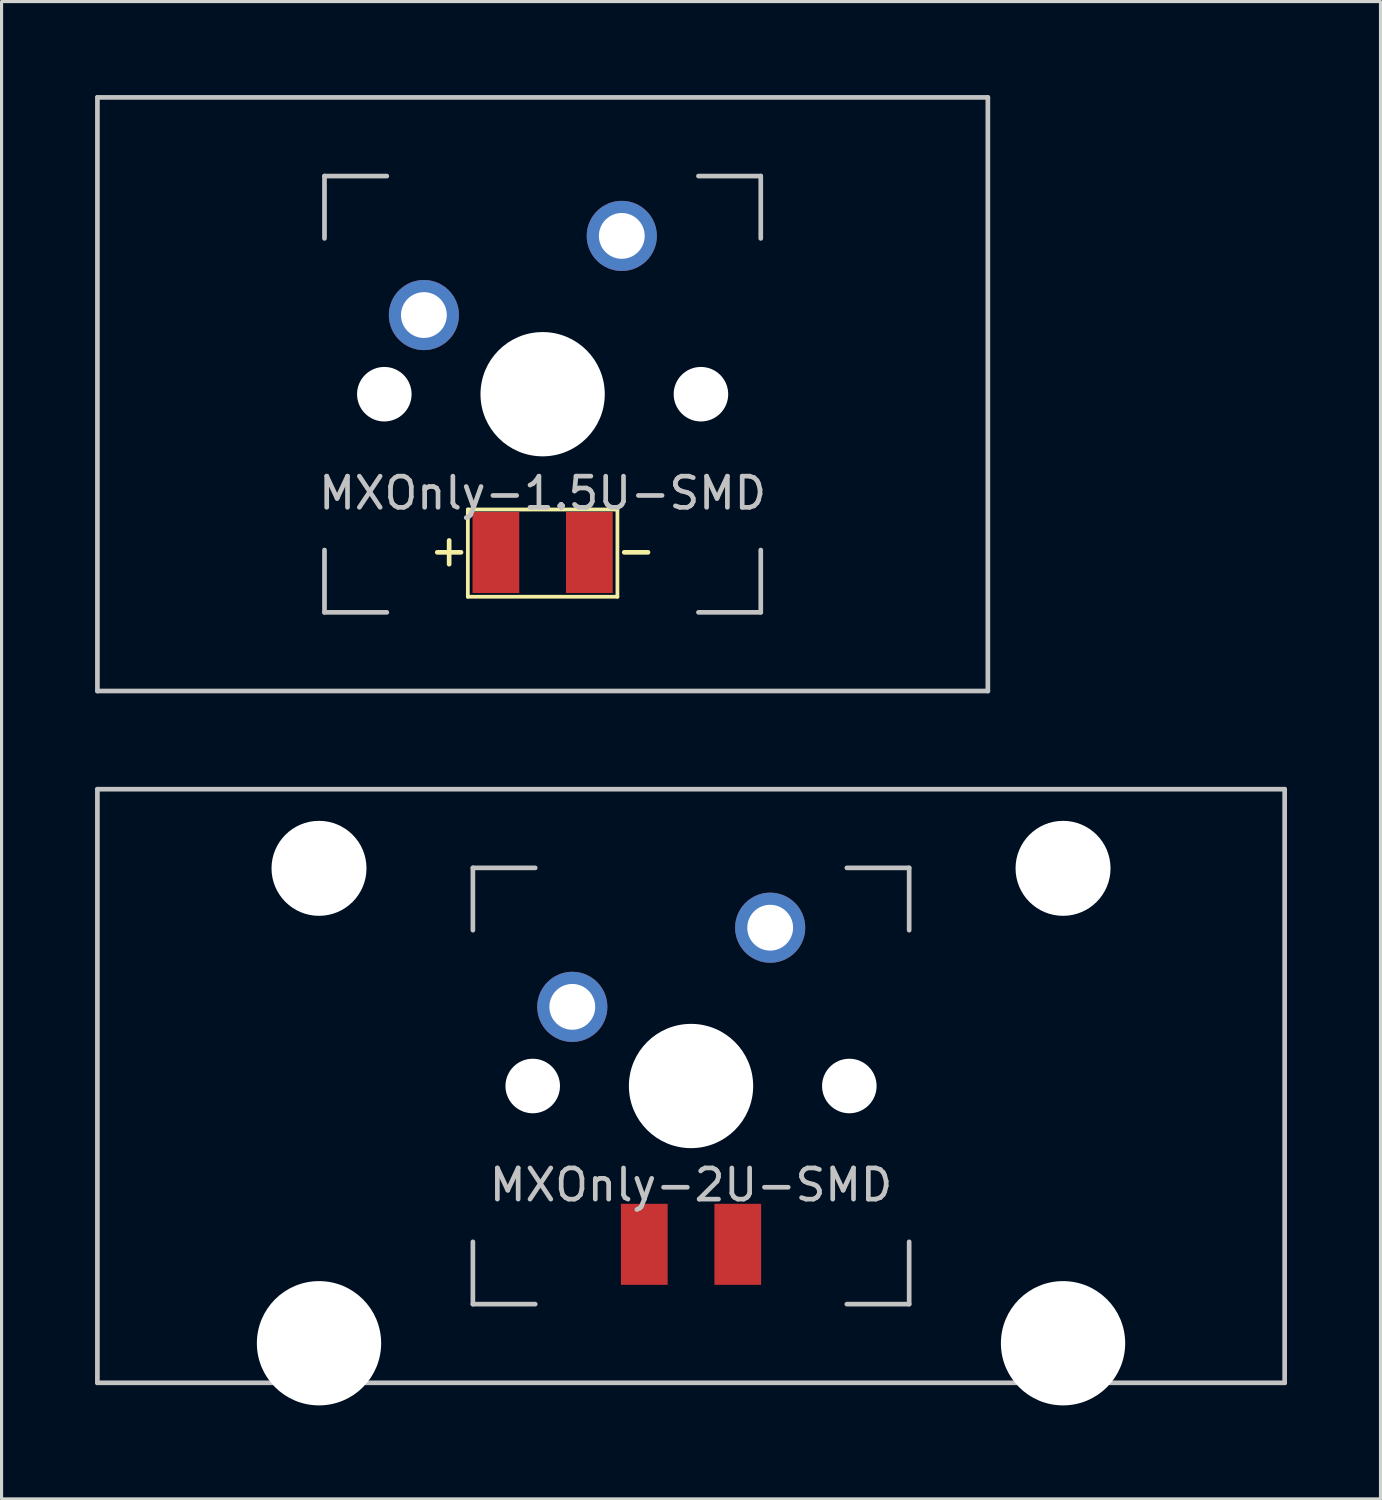
<source format=kicad_pcb>
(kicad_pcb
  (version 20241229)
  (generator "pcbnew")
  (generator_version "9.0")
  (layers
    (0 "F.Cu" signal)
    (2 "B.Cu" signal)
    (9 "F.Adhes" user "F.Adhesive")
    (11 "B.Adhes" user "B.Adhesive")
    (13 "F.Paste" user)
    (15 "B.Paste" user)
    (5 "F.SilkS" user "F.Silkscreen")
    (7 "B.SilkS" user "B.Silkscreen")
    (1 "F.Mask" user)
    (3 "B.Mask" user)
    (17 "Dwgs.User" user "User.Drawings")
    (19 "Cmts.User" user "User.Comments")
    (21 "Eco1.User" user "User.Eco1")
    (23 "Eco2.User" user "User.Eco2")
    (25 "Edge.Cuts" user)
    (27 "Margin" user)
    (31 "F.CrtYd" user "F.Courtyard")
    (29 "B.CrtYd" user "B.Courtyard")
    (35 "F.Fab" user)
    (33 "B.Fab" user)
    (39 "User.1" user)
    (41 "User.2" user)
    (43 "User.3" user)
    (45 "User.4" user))
  (footprint "MXOnly-1.5U-SMD"
    (layer "F.Cu")
    (at 14.363 9.6)
    (property "Reference" "MXOnly-1.5U-SMD" (at 0 3.175 0) (layer "Dwgs.User") (effects (font (size 1 1) (thickness 0.15))))
    (attr through_hole)
    (fp_line (start -2.4 3.7) (end 2.4 3.7) (stroke (width 0.12) (type solid)) (layer "F.SilkS"))
    (fp_line (start -2.4 6.5) (end -2.4 3.7) (stroke (width 0.12) (type solid)) (layer "F.SilkS"))
    (fp_line (start 2.4 3.7) (end 2.4 6.5) (stroke (width 0.12) (type solid)) (layer "F.SilkS"))
    (fp_line (start 2.4 6.5) (end -2.4 6.5) (stroke (width 0.12) (type solid)) (layer "F.SilkS"))
    (fp_line (start -14.287 -9.525) (end 14.287 -9.525) (stroke (width 0.15) (type solid)) (layer "Dwgs.User"))
    (fp_line (start -14.287 9.525) (end -14.287 -9.525) (stroke (width 0.15) (type solid)) (layer "Dwgs.User"))
    (fp_line (start -14.287 9.525) (end 14.287 9.525) (stroke (width 0.15) (type solid)) (layer "Dwgs.User"))
    (fp_line (start -7 -7) (end -7 -5) (stroke (width 0.15) (type solid)) (layer "Dwgs.User"))
    (fp_line (start -7 5) (end -7 7) (stroke (width 0.15) (type solid)) (layer "Dwgs.User"))
    (fp_line (start -7 7) (end -5 7) (stroke (width 0.15) (type solid)) (layer "Dwgs.User"))
    (fp_line (start -5 -7) (end -7 -7) (stroke (width 0.15) (type solid)) (layer "Dwgs.User"))
    (fp_line (start 5 -7) (end 7 -7) (stroke (width 0.15) (type solid)) (layer "Dwgs.User"))
    (fp_line (start 5 7) (end 7 7) (stroke (width 0.15) (type solid)) (layer "Dwgs.User"))
    (fp_line (start 7 -7) (end 7 -5) (stroke (width 0.15) (type solid)) (layer "Dwgs.User"))
    (fp_line (start 7 7) (end 7 5) (stroke (width 0.15) (type solid)) (layer "Dwgs.User"))
    (fp_line (start 14.287 -9.525) (end 14.287 9.525) (stroke (width 0.15) (type solid)) (layer "Dwgs.User"))
    (fp_text user "-" (at 3 5 0) (layer "F.SilkS") (effects (font (size 1 1) (thickness 0.15))))
    (fp_text user "+" (at -3 5 0) (layer "F.SilkS") (effects (font (size 1 1) (thickness 0.15))))
    (pad "" np_thru_hole circle (at -5.08 0 48.1) (size 1.75 1.75) (drill 1.75) (layers "*.Cu" "*.Mask"))
    (pad "" np_thru_hole circle (at 0 0) (size 3.988 3.988) (drill 3.988) (layers "*.Cu" "*.Mask"))
    (pad "" np_thru_hole circle (at 5.08 0 48.1) (size 1.75 1.75) (drill 1.75) (layers "*.Cu" "*.Mask"))
    (pad "1" thru_hole circle (at -3.81 -2.54) (size 2.25 2.25) (drill 1.47) (layers "*.Cu" "B.Mask"))
    (pad "2" thru_hole circle (at 2.54 -5.08) (size 2.25 2.25) (drill 1.47) (layers "*.Cu" "B.Mask"))
    (pad "3" smd rect (at -1.5 5.08) (size 1.5 2.6) (layers "F.Cu" "F.Mask" "F.Paste"))
    (pad "4" smd rect (at 1.5 5.08) (size 1.5 2.6) (layers "F.Cu" "F.Mask" "F.Paste")))
  (footprint "MXOnly-2U-SMD"
    (layer "F.Cu")
    (at 19.125 31.8)
    (property "Reference" "MXOnly-2U-SMD" (at 0 3.175 0) (layer "Dwgs.User") (effects (font (size 1 1) (thickness 0.15))))
    (attr through_hole)
    (fp_line (start -19.05 -9.525) (end 19.05 -9.525) (stroke (width 0.15) (type solid)) (layer "Dwgs.User"))
    (fp_line (start -19.05 9.525) (end -19.05 -9.525) (stroke (width 0.15) (type solid)) (layer "Dwgs.User"))
    (fp_line (start -19.05 9.525) (end 19.05 9.525) (stroke (width 0.15) (type solid)) (layer "Dwgs.User"))
    (fp_line (start -7 -7) (end -7 -5) (stroke (width 0.15) (type solid)) (layer "Dwgs.User"))
    (fp_line (start -7 5) (end -7 7) (stroke (width 0.15) (type solid)) (layer "Dwgs.User"))
    (fp_line (start -7 7) (end -5 7) (stroke (width 0.15) (type solid)) (layer "Dwgs.User"))
    (fp_line (start -5 -7) (end -7 -7) (stroke (width 0.15) (type solid)) (layer "Dwgs.User"))
    (fp_line (start 5 -7) (end 7 -7) (stroke (width 0.15) (type solid)) (layer "Dwgs.User"))
    (fp_line (start 5 7) (end 7 7) (stroke (width 0.15) (type solid)) (layer "Dwgs.User"))
    (fp_line (start 7 -7) (end 7 -5) (stroke (width 0.15) (type solid)) (layer "Dwgs.User"))
    (fp_line (start 7 7) (end 7 5) (stroke (width 0.15) (type solid)) (layer "Dwgs.User"))
    (fp_line (start 19.05 -9.525) (end 19.05 9.525) (stroke (width 0.15) (type solid)) (layer "Dwgs.User"))
    (pad "" np_thru_hole circle (at -11.938 -6.985) (size 3.048 3.048) (drill 3.048) (layers "*.Cu" "*.Mask"))
    (pad "" np_thru_hole circle (at -11.938 8.255) (size 3.988 3.988) (drill 3.988) (layers "*.Cu" "*.Mask"))
    (pad "" np_thru_hole circle (at -5.08 0 48.1) (size 1.75 1.75) (drill 1.75) (layers "*.Cu" "*.Mask"))
    (pad "" np_thru_hole circle (at 0 0) (size 3.988 3.988) (drill 3.988) (layers "*.Cu" "*.Mask"))
    (pad "" np_thru_hole circle (at 5.08 0 48.1) (size 1.75 1.75) (drill 1.75) (layers "*.Cu" "*.Mask"))
    (pad "" np_thru_hole circle (at 11.938 -6.985) (size 3.048 3.048) (drill 3.048) (layers "*.Cu" "*.Mask"))
    (pad "" np_thru_hole circle (at 11.938 8.255) (size 3.988 3.988) (drill 3.988) (layers "*.Cu" "*.Mask"))
    (pad "1" thru_hole circle (at -3.81 -2.54) (size 2.25 2.25) (drill 1.47) (layers "*.Cu" "B.Mask"))
    (pad "2" thru_hole circle (at 2.54 -5.08) (size 2.25 2.25) (drill 1.47) (layers "*.Cu" "B.Mask"))
    (pad "3" smd rect (at -1.5 5.08) (size 1.5 2.6) (layers "F.Cu" "F.Mask" "F.Paste"))
    (pad "4" smd rect (at 1.5 5.08) (size 1.5 2.6) (layers "F.Cu" "F.Mask" "F.Paste")))
  (gr_rect
    (start -3 -3)
    (end 41.25 45.049)
    (stroke (width 0.1) (type default))
    (fill no)
    (layer "Edge.Cuts")))
</source>
